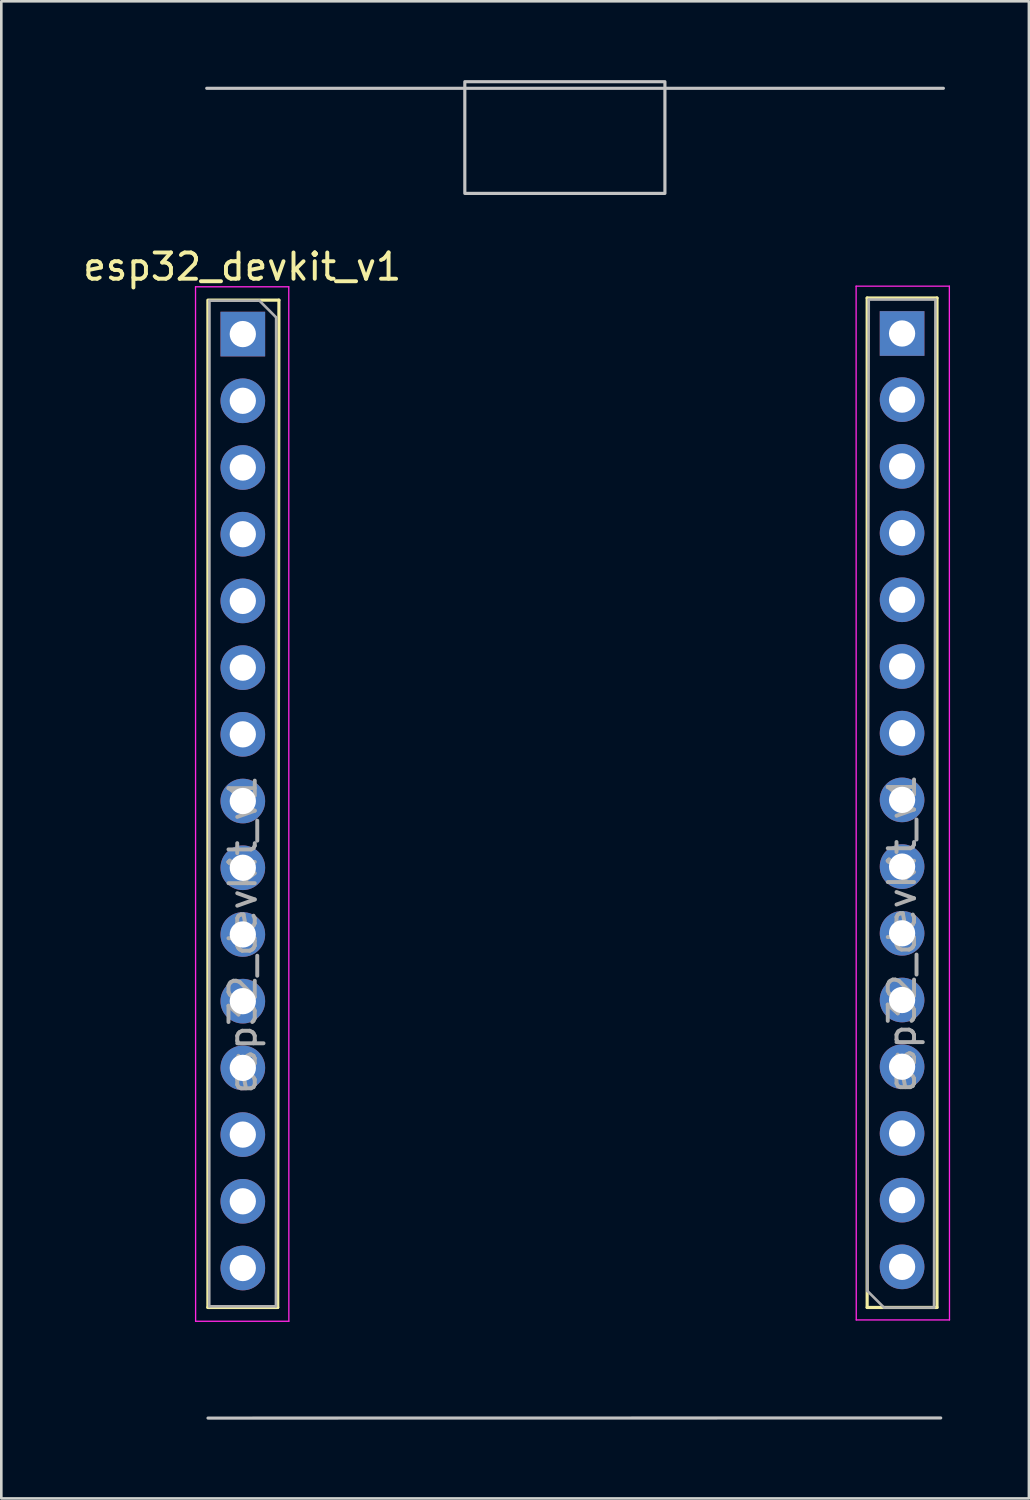
<source format=kicad_pcb>
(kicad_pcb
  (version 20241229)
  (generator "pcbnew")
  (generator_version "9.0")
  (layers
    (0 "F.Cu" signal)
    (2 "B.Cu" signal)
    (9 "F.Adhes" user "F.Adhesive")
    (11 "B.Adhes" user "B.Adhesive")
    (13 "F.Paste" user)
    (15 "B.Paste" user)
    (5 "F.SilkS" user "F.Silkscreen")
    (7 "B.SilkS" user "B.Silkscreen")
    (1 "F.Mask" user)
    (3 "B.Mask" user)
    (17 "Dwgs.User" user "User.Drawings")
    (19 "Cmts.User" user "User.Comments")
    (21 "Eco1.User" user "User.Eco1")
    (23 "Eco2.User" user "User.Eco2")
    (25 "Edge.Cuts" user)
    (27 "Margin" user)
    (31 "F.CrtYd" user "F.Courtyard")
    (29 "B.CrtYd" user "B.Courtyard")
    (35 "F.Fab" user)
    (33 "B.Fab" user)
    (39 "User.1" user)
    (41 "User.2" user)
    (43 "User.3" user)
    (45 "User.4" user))
  (footprint "esp32_devkit_v1"
    (layer "F.Cu")
    (at 6.173 9.648)
    (property "Reference" "esp32_devkit_v1" (at 0 -2.54 0) (layer "F.SilkS") (effects (font (size 1 1) (thickness 0.15))))
    (attr through_hole)
    (fp_line (start -1.308 -1.27) (end -1.308 37.084) (stroke (width 0.12) (type solid)) (layer "F.SilkS"))
    (fp_line (start -1.308 37.084) (end 1.352 37.084) (stroke (width 0.12) (type solid)) (layer "F.SilkS"))
    (fp_line (start -1.263 -1.27) (end 1.397 -1.27) (stroke (width 0.12) (type solid)) (layer "F.SilkS"))
    (fp_line (start 1.397 -1.27) (end 1.352 37.084) (stroke (width 0.12) (type solid)) (layer "F.SilkS"))
    (fp_line (start 23.794 37.084) (end 23.794 -1.352) (stroke (width 0.12) (type solid)) (layer "F.SilkS"))
    (fp_line (start 26.454 -1.352) (end 23.794 -1.352) (stroke (width 0.12) (type solid)) (layer "F.SilkS"))
    (fp_line (start 26.454 37.084) (end 23.794 37.084) (stroke (width 0.12) (type solid)) (layer "F.SilkS"))
    (fp_line (start 26.454 37.084) (end 26.454 -1.352) (stroke (width 0.12) (type solid)) (layer "F.SilkS"))
    (fp_line (start -1.303 41.296) (end 26.595 41.291) (stroke (width 0.12) (type solid)) (layer "Dwgs.User"))
    (fp_line (start 26.697 -9.336) (end -1.352 -9.336) (stroke (width 0.12) (type solid)) (layer "Dwgs.User"))
    (fp_rect (start 8.475 -9.588) (end 16.094 -5.334) (stroke (width 0.12) (type solid)) (fill no) (layer "Dwgs.User"))
    (fp_line (start -1.778 -1.778) (end 1.772 -1.778) (stroke (width 0.05) (type solid)) (layer "F.CrtYd"))
    (fp_line (start -1.775 37.609) (end -1.778 -1.778) (stroke (width 0.05) (type solid)) (layer "F.CrtYd"))
    (fp_line (start 1.772 -1.778) (end 1.775 37.609) (stroke (width 0.05) (type solid)) (layer "F.CrtYd"))
    (fp_line (start 1.775 37.609) (end -1.775 37.609) (stroke (width 0.05) (type solid)) (layer "F.CrtYd"))
    (fp_line (start 23.374 -1.802) (end 26.924 -1.802) (stroke (width 0.05) (type solid)) (layer "F.CrtYd"))
    (fp_line (start 23.379 37.559) (end 23.374 -1.802) (stroke (width 0.05) (type solid)) (layer "F.CrtYd"))
    (fp_line (start 26.924 -1.802) (end 26.929 37.559) (stroke (width 0.05) (type solid)) (layer "F.CrtYd"))
    (fp_line (start 26.929 37.559) (end 23.379 37.559) (stroke (width 0.05) (type solid)) (layer "F.CrtYd"))
    (fp_line (start -1.256 37.041) (end -1.248 -1.248) (stroke (width 0.1) (type solid)) (layer "F.Fab"))
    (fp_line (start -1.248 -1.248) (end 0.657 -1.248) (stroke (width 0.1) (type solid)) (layer "F.Fab"))
    (fp_line (start 0.657 -1.248) (end 1.292 -0.613) (stroke (width 0.1) (type solid)) (layer "F.Fab"))
    (fp_line (start 1.284 37.041) (end -1.256 37.041) (stroke (width 0.1) (type solid)) (layer "F.Fab"))
    (fp_line (start 1.292 -0.613) (end 1.284 37.041) (stroke (width 0.1) (type solid)) (layer "F.Fab"))
    (fp_line (start 23.801 36.453) (end 23.854 -1.292) (stroke (width 0.1) (type solid)) (layer "F.Fab"))
    (fp_line (start 23.854 -1.292) (end 26.394 -1.292) (stroke (width 0.1) (type solid)) (layer "F.Fab"))
    (fp_line (start 24.436 37.088) (end 23.801 36.453) (stroke (width 0.1) (type solid)) (layer "F.Fab"))
    (fp_line (start 26.341 37.088) (end 24.436 37.088) (stroke (width 0.1) (type solid)) (layer "F.Fab"))
    (fp_line (start 26.394 -1.292) (end 26.341 37.088) (stroke (width 0.1) (type solid)) (layer "F.Fab"))
    (fp_text user "${REFERENCE}" (at 25.124 22.838 270) (layer "F.Fab") (effects (font (size 1 1) (thickness 0.15))))
    (fp_text user "${REFERENCE}" (at 0.022 22.882 90) (layer "F.Fab") (effects (font (size 1 1) (thickness 0.15))))
    (pad "1" thru_hole rect (at 0.022 0.022) (size 1.7 1.7) (drill 1) (layers "*.Cu" "*.Mask"))
    (pad "2" thru_hole oval (at 0.022 2.562) (size 1.7 1.7) (drill 1) (layers "*.Cu" "*.Mask"))
    (pad "3" thru_hole oval (at 0.022 5.102) (size 1.7 1.7) (drill 1) (layers "*.Cu" "*.Mask"))
    (pad "4" thru_hole oval (at 0.022 7.642) (size 1.7 1.7) (drill 1) (layers "*.Cu" "*.Mask"))
    (pad "5" thru_hole oval (at 0.022 10.182) (size 1.7 1.7) (drill 1) (layers "*.Cu" "*.Mask"))
    (pad "6" thru_hole oval (at 0.022 12.722) (size 1.7 1.7) (drill 1) (layers "*.Cu" "*.Mask"))
    (pad "7" thru_hole oval (at 0.022 15.262) (size 1.7 1.7) (drill 1) (layers "*.Cu" "*.Mask"))
    (pad "8" thru_hole oval (at 0.022 17.802) (size 1.7 1.7) (drill 1) (layers "*.Cu" "*.Mask"))
    (pad "9" thru_hole oval (at 0.022 20.342) (size 1.7 1.7) (drill 1) (layers "*.Cu" "*.Mask"))
    (pad "10" thru_hole oval (at 0.022 22.882) (size 1.7 1.7) (drill 1) (layers "*.Cu" "*.Mask"))
    (pad "11" thru_hole oval (at 0.022 25.422) (size 1.7 1.7) (drill 1) (layers "*.Cu" "*.Mask"))
    (pad "12" thru_hole oval (at 0.022 27.962) (size 1.7 1.7) (drill 1) (layers "*.Cu" "*.Mask"))
    (pad "13" thru_hole oval (at 0.022 30.502) (size 1.7 1.7) (drill 1) (layers "*.Cu" "*.Mask"))
    (pad "14" thru_hole oval (at 0.022 33.042) (size 1.7 1.7) (drill 1) (layers "*.Cu" "*.Mask"))
    (pad "15" thru_hole oval (at 0.022 35.582) (size 1.7 1.7) (drill 1) (layers "*.Cu" "*.Mask"))
    (pad "16" thru_hole oval (at 25.124 35.538 180) (size 1.7 1.7) (drill 1) (layers "*.Cu" "*.Mask"))
    (pad "17" thru_hole oval (at 25.124 32.998 180) (size 1.7 1.7) (drill 1) (layers "*.Cu" "*.Mask"))
    (pad "18" thru_hole oval (at 25.124 30.458 180) (size 1.7 1.7) (drill 1) (layers "*.Cu" "*.Mask"))
    (pad "19" thru_hole oval (at 25.124 27.918 180) (size 1.7 1.7) (drill 1) (layers "*.Cu" "*.Mask"))
    (pad "20" thru_hole oval (at 25.124 25.378 180) (size 1.7 1.7) (drill 1) (layers "*.Cu" "*.Mask"))
    (pad "21" thru_hole oval (at 25.124 22.838 180) (size 1.7 1.7) (drill 1) (layers "*.Cu" "*.Mask"))
    (pad "22" thru_hole oval (at 25.124 20.298 180) (size 1.7 1.7) (drill 1) (layers "*.Cu" "*.Mask"))
    (pad "23" thru_hole oval (at 25.124 17.758 180) (size 1.7 1.7) (drill 1) (layers "*.Cu" "*.Mask"))
    (pad "24" thru_hole oval (at 25.124 15.218 180) (size 1.7 1.7) (drill 1) (layers "*.Cu" "*.Mask"))
    (pad "25" thru_hole oval (at 25.124 12.678 180) (size 1.7 1.7) (drill 1) (layers "*.Cu" "*.Mask"))
    (pad "26" thru_hole oval (at 25.124 10.138 180) (size 1.7 1.7) (drill 1) (layers "*.Cu" "*.Mask"))
    (pad "27" thru_hole oval (at 25.124 7.598 180) (size 1.7 1.7) (drill 1) (layers "*.Cu" "*.Mask"))
    (pad "28" thru_hole oval (at 25.124 5.058 180) (size 1.7 1.7) (drill 1) (layers "*.Cu" "*.Mask"))
    (pad "29" thru_hole oval (at 25.124 2.518 180) (size 1.7 1.7) (drill 1) (layers "*.Cu" "*.Mask"))
    (pad "30" thru_hole rect (at 25.124 0 180) (size 1.7 1.7) (drill 1) (layers "*.Cu" "*.Mask")))
  (gr_rect
    (start -3 -3)
    (end 36.126 54.004)
    (stroke (width 0.1) (type default))
    (fill no)
    (layer "Edge.Cuts")))
</source>
